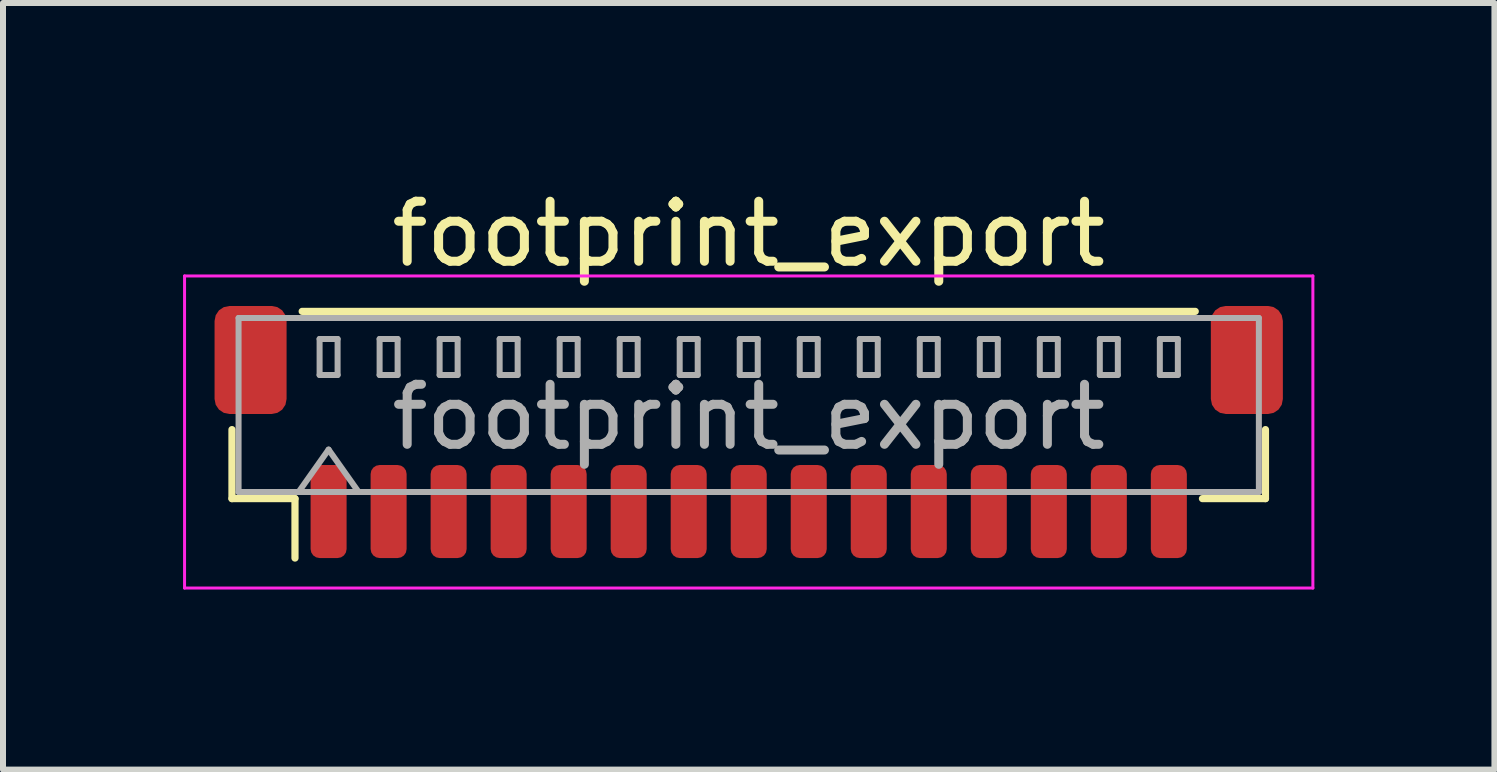
<source format=kicad_pcb>
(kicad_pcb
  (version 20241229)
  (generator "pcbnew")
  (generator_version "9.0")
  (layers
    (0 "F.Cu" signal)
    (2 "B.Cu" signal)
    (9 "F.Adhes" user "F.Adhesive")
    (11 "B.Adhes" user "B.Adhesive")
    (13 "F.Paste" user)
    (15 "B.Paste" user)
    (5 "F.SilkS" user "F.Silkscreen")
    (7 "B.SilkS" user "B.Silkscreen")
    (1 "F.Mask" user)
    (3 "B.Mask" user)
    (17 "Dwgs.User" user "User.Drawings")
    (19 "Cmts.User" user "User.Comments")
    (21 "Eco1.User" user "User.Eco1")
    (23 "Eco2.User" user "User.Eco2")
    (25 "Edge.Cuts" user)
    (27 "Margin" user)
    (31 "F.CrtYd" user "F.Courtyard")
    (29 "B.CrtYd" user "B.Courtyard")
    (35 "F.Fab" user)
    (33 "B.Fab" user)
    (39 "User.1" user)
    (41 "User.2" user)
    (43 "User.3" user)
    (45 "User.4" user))
  (footprint "footprint_export"
    (layer "F.Cu")
    (at 9.425 4.148)
    (property "Reference" "footprint_export" (at 0 -3.3 0) (layer "F.SilkS") (effects (font (size 1 1) (thickness 0.15))))
    (attr smd)
    (fp_line (start -8.61 -0.04) (end -8.61 1.11) (stroke (width 0.12) (type solid)) (layer "F.SilkS"))
    (fp_line (start -8.61 1.11) (end -7.56 1.11) (stroke (width 0.12) (type solid)) (layer "F.SilkS"))
    (fp_line (start -7.56 1.11) (end -7.56 2.1) (stroke (width 0.12) (type solid)) (layer "F.SilkS"))
    (fp_line (start -7.44 -2.01) (end 7.44 -2.01) (stroke (width 0.12) (type solid)) (layer "F.SilkS"))
    (fp_line (start 8.61 -0.04) (end 8.61 1.11) (stroke (width 0.12) (type solid)) (layer "F.SilkS"))
    (fp_line (start 8.61 1.11) (end 7.56 1.11) (stroke (width 0.12) (type solid)) (layer "F.SilkS"))
    (fp_line (start -9.4 -2.6) (end -9.4 2.6) (stroke (width 0.05) (type solid)) (layer "F.CrtYd"))
    (fp_line (start -9.4 2.6) (end 9.4 2.6) (stroke (width 0.05) (type solid)) (layer "F.CrtYd"))
    (fp_line (start 9.4 -2.6) (end -9.4 -2.6) (stroke (width 0.05) (type solid)) (layer "F.CrtYd"))
    (fp_line (start 9.4 2.6) (end 9.4 -2.6) (stroke (width 0.05) (type solid)) (layer "F.CrtYd"))
    (fp_line (start -8.5 -1.9) (end 8.5 -1.9) (stroke (width 0.1) (type solid)) (layer "F.Fab"))
    (fp_line (start -8.5 1) (end -8.5 -1.9) (stroke (width 0.1) (type solid)) (layer "F.Fab"))
    (fp_line (start -8.5 1) (end 8.5 1) (stroke (width 0.1) (type solid)) (layer "F.Fab"))
    (fp_line (start -7.5 1) (end -7 0.293) (stroke (width 0.1) (type solid)) (layer "F.Fab"))
    (fp_line (start -7.15 -1.55) (end -7.15 -0.95) (stroke (width 0.1) (type solid)) (layer "F.Fab"))
    (fp_line (start -7.15 -0.95) (end -6.85 -0.95) (stroke (width 0.1) (type solid)) (layer "F.Fab"))
    (fp_line (start -7 0.293) (end -6.5 1) (stroke (width 0.1) (type solid)) (layer "F.Fab"))
    (fp_line (start -6.85 -1.55) (end -7.15 -1.55) (stroke (width 0.1) (type solid)) (layer "F.Fab"))
    (fp_line (start -6.85 -0.95) (end -6.85 -1.55) (stroke (width 0.1) (type solid)) (layer "F.Fab"))
    (fp_line (start -6.15 -1.55) (end -6.15 -0.95) (stroke (width 0.1) (type solid)) (layer "F.Fab"))
    (fp_line (start -6.15 -0.95) (end -5.85 -0.95) (stroke (width 0.1) (type solid)) (layer "F.Fab"))
    (fp_line (start -5.85 -1.55) (end -6.15 -1.55) (stroke (width 0.1) (type solid)) (layer "F.Fab"))
    (fp_line (start -5.85 -0.95) (end -5.85 -1.55) (stroke (width 0.1) (type solid)) (layer "F.Fab"))
    (fp_line (start -5.15 -1.55) (end -5.15 -0.95) (stroke (width 0.1) (type solid)) (layer "F.Fab"))
    (fp_line (start -5.15 -0.95) (end -4.85 -0.95) (stroke (width 0.1) (type solid)) (layer "F.Fab"))
    (fp_line (start -4.85 -1.55) (end -5.15 -1.55) (stroke (width 0.1) (type solid)) (layer "F.Fab"))
    (fp_line (start -4.85 -0.95) (end -4.85 -1.55) (stroke (width 0.1) (type solid)) (layer "F.Fab"))
    (fp_line (start -4.15 -1.55) (end -4.15 -0.95) (stroke (width 0.1) (type solid)) (layer "F.Fab"))
    (fp_line (start -4.15 -0.95) (end -3.85 -0.95) (stroke (width 0.1) (type solid)) (layer "F.Fab"))
    (fp_line (start -3.85 -1.55) (end -4.15 -1.55) (stroke (width 0.1) (type solid)) (layer "F.Fab"))
    (fp_line (start -3.85 -0.95) (end -3.85 -1.55) (stroke (width 0.1) (type solid)) (layer "F.Fab"))
    (fp_line (start -3.15 -1.55) (end -3.15 -0.95) (stroke (width 0.1) (type solid)) (layer "F.Fab"))
    (fp_line (start -3.15 -0.95) (end -2.85 -0.95) (stroke (width 0.1) (type solid)) (layer "F.Fab"))
    (fp_line (start -2.85 -1.55) (end -3.15 -1.55) (stroke (width 0.1) (type solid)) (layer "F.Fab"))
    (fp_line (start -2.85 -0.95) (end -2.85 -1.55) (stroke (width 0.1) (type solid)) (layer "F.Fab"))
    (fp_line (start -2.15 -1.55) (end -2.15 -0.95) (stroke (width 0.1) (type solid)) (layer "F.Fab"))
    (fp_line (start -2.15 -0.95) (end -1.85 -0.95) (stroke (width 0.1) (type solid)) (layer "F.Fab"))
    (fp_line (start -1.85 -1.55) (end -2.15 -1.55) (stroke (width 0.1) (type solid)) (layer "F.Fab"))
    (fp_line (start -1.85 -0.95) (end -1.85 -1.55) (stroke (width 0.1) (type solid)) (layer "F.Fab"))
    (fp_line (start -1.15 -1.55) (end -1.15 -0.95) (stroke (width 0.1) (type solid)) (layer "F.Fab"))
    (fp_line (start -1.15 -0.95) (end -0.85 -0.95) (stroke (width 0.1) (type solid)) (layer "F.Fab"))
    (fp_line (start -0.85 -1.55) (end -1.15 -1.55) (stroke (width 0.1) (type solid)) (layer "F.Fab"))
    (fp_line (start -0.85 -0.95) (end -0.85 -1.55) (stroke (width 0.1) (type solid)) (layer "F.Fab"))
    (fp_line (start -0.15 -1.55) (end -0.15 -0.95) (stroke (width 0.1) (type solid)) (layer "F.Fab"))
    (fp_line (start -0.15 -0.95) (end 0.15 -0.95) (stroke (width 0.1) (type solid)) (layer "F.Fab"))
    (fp_line (start 0.15 -1.55) (end -0.15 -1.55) (stroke (width 0.1) (type solid)) (layer "F.Fab"))
    (fp_line (start 0.15 -0.95) (end 0.15 -1.55) (stroke (width 0.1) (type solid)) (layer "F.Fab"))
    (fp_line (start 0.85 -1.55) (end 0.85 -0.95) (stroke (width 0.1) (type solid)) (layer "F.Fab"))
    (fp_line (start 0.85 -0.95) (end 1.15 -0.95) (stroke (width 0.1) (type solid)) (layer "F.Fab"))
    (fp_line (start 1.15 -1.55) (end 0.85 -1.55) (stroke (width 0.1) (type solid)) (layer "F.Fab"))
    (fp_line (start 1.15 -0.95) (end 1.15 -1.55) (stroke (width 0.1) (type solid)) (layer "F.Fab"))
    (fp_line (start 1.85 -1.55) (end 1.85 -0.95) (stroke (width 0.1) (type solid)) (layer "F.Fab"))
    (fp_line (start 1.85 -0.95) (end 2.15 -0.95) (stroke (width 0.1) (type solid)) (layer "F.Fab"))
    (fp_line (start 2.15 -1.55) (end 1.85 -1.55) (stroke (width 0.1) (type solid)) (layer "F.Fab"))
    (fp_line (start 2.15 -0.95) (end 2.15 -1.55) (stroke (width 0.1) (type solid)) (layer "F.Fab"))
    (fp_line (start 2.85 -1.55) (end 2.85 -0.95) (stroke (width 0.1) (type solid)) (layer "F.Fab"))
    (fp_line (start 2.85 -0.95) (end 3.15 -0.95) (stroke (width 0.1) (type solid)) (layer "F.Fab"))
    (fp_line (start 3.15 -1.55) (end 2.85 -1.55) (stroke (width 0.1) (type solid)) (layer "F.Fab"))
    (fp_line (start 3.15 -0.95) (end 3.15 -1.55) (stroke (width 0.1) (type solid)) (layer "F.Fab"))
    (fp_line (start 3.85 -1.55) (end 3.85 -0.95) (stroke (width 0.1) (type solid)) (layer "F.Fab"))
    (fp_line (start 3.85 -0.95) (end 4.15 -0.95) (stroke (width 0.1) (type solid)) (layer "F.Fab"))
    (fp_line (start 4.15 -1.55) (end 3.85 -1.55) (stroke (width 0.1) (type solid)) (layer "F.Fab"))
    (fp_line (start 4.15 -0.95) (end 4.15 -1.55) (stroke (width 0.1) (type solid)) (layer "F.Fab"))
    (fp_line (start 4.85 -1.55) (end 4.85 -0.95) (stroke (width 0.1) (type solid)) (layer "F.Fab"))
    (fp_line (start 4.85 -0.95) (end 5.15 -0.95) (stroke (width 0.1) (type solid)) (layer "F.Fab"))
    (fp_line (start 5.15 -1.55) (end 4.85 -1.55) (stroke (width 0.1) (type solid)) (layer "F.Fab"))
    (fp_line (start 5.15 -0.95) (end 5.15 -1.55) (stroke (width 0.1) (type solid)) (layer "F.Fab"))
    (fp_line (start 5.85 -1.55) (end 5.85 -0.95) (stroke (width 0.1) (type solid)) (layer "F.Fab"))
    (fp_line (start 5.85 -0.95) (end 6.15 -0.95) (stroke (width 0.1) (type solid)) (layer "F.Fab"))
    (fp_line (start 6.15 -1.55) (end 5.85 -1.55) (stroke (width 0.1) (type solid)) (layer "F.Fab"))
    (fp_line (start 6.15 -0.95) (end 6.15 -1.55) (stroke (width 0.1) (type solid)) (layer "F.Fab"))
    (fp_line (start 6.85 -1.55) (end 6.85 -0.95) (stroke (width 0.1) (type solid)) (layer "F.Fab"))
    (fp_line (start 6.85 -0.95) (end 7.15 -0.95) (stroke (width 0.1) (type solid)) (layer "F.Fab"))
    (fp_line (start 7.15 -1.55) (end 6.85 -1.55) (stroke (width 0.1) (type solid)) (layer "F.Fab"))
    (fp_line (start 7.15 -0.95) (end 7.15 -1.55) (stroke (width 0.1) (type solid)) (layer "F.Fab"))
    (fp_line (start 8.5 1) (end 8.5 -1.9) (stroke (width 0.1) (type solid)) (layer "F.Fab"))
    (fp_text user "${REFERENCE}" (at 0 -0.25 0) (layer "F.Fab") (effects (font (size 1 1) (thickness 0.15))))
    (pad "1" smd roundrect (at -7 1.325) (size 0.6 1.55) (layers "F.Cu" "F.Mask" "F.Paste") (roundrect_rratio 0.25))
    (pad "2" smd roundrect (at -6 1.325) (size 0.6 1.55) (layers "F.Cu" "F.Mask" "F.Paste") (roundrect_rratio 0.25))
    (pad "3" smd roundrect (at -5 1.325) (size 0.6 1.55) (layers "F.Cu" "F.Mask" "F.Paste") (roundrect_rratio 0.25))
    (pad "4" smd roundrect (at -4 1.325) (size 0.6 1.55) (layers "F.Cu" "F.Mask" "F.Paste") (roundrect_rratio 0.25))
    (pad "5" smd roundrect (at -3 1.325) (size 0.6 1.55) (layers "F.Cu" "F.Mask" "F.Paste") (roundrect_rratio 0.25))
    (pad "6" smd roundrect (at -2 1.325) (size 0.6 1.55) (layers "F.Cu" "F.Mask" "F.Paste") (roundrect_rratio 0.25))
    (pad "7" smd roundrect (at -1 1.325) (size 0.6 1.55) (layers "F.Cu" "F.Mask" "F.Paste") (roundrect_rratio 0.25))
    (pad "8" smd roundrect (at 0 1.325) (size 0.6 1.55) (layers "F.Cu" "F.Mask" "F.Paste") (roundrect_rratio 0.25))
    (pad "9" smd roundrect (at 1 1.325) (size 0.6 1.55) (layers "F.Cu" "F.Mask" "F.Paste") (roundrect_rratio 0.25))
    (pad "10" smd roundrect (at 2 1.325) (size 0.6 1.55) (layers "F.Cu" "F.Mask" "F.Paste") (roundrect_rratio 0.25))
    (pad "11" smd roundrect (at 3 1.325) (size 0.6 1.55) (layers "F.Cu" "F.Mask" "F.Paste") (roundrect_rratio 0.25))
    (pad "12" smd roundrect (at 4 1.325) (size 0.6 1.55) (layers "F.Cu" "F.Mask" "F.Paste") (roundrect_rratio 0.25))
    (pad "13" smd roundrect (at 5 1.325) (size 0.6 1.55) (layers "F.Cu" "F.Mask" "F.Paste") (roundrect_rratio 0.25))
    (pad "14" smd roundrect (at 6 1.325) (size 0.6 1.55) (layers "F.Cu" "F.Mask" "F.Paste") (roundrect_rratio 0.25))
    (pad "15" smd roundrect (at 7 1.325) (size 0.6 1.55) (layers "F.Cu" "F.Mask" "F.Paste") (roundrect_rratio 0.25))
    (pad "MP" smd roundrect (at -8.3 -1.2) (size 1.2 1.8) (layers "F.Cu" "F.Mask" "F.Paste") (roundrect_rratio 0.208))
    (pad "MP" smd roundrect (at 8.3 -1.2) (size 1.2 1.8) (layers "F.Cu" "F.Mask" "F.Paste") (roundrect_rratio 0.208)))
  (gr_rect
    (start -3 -3)
    (end 21.85 9.773)
    (stroke (width 0.1) (type default))
    (fill no)
    (layer "Edge.Cuts")))
</source>
